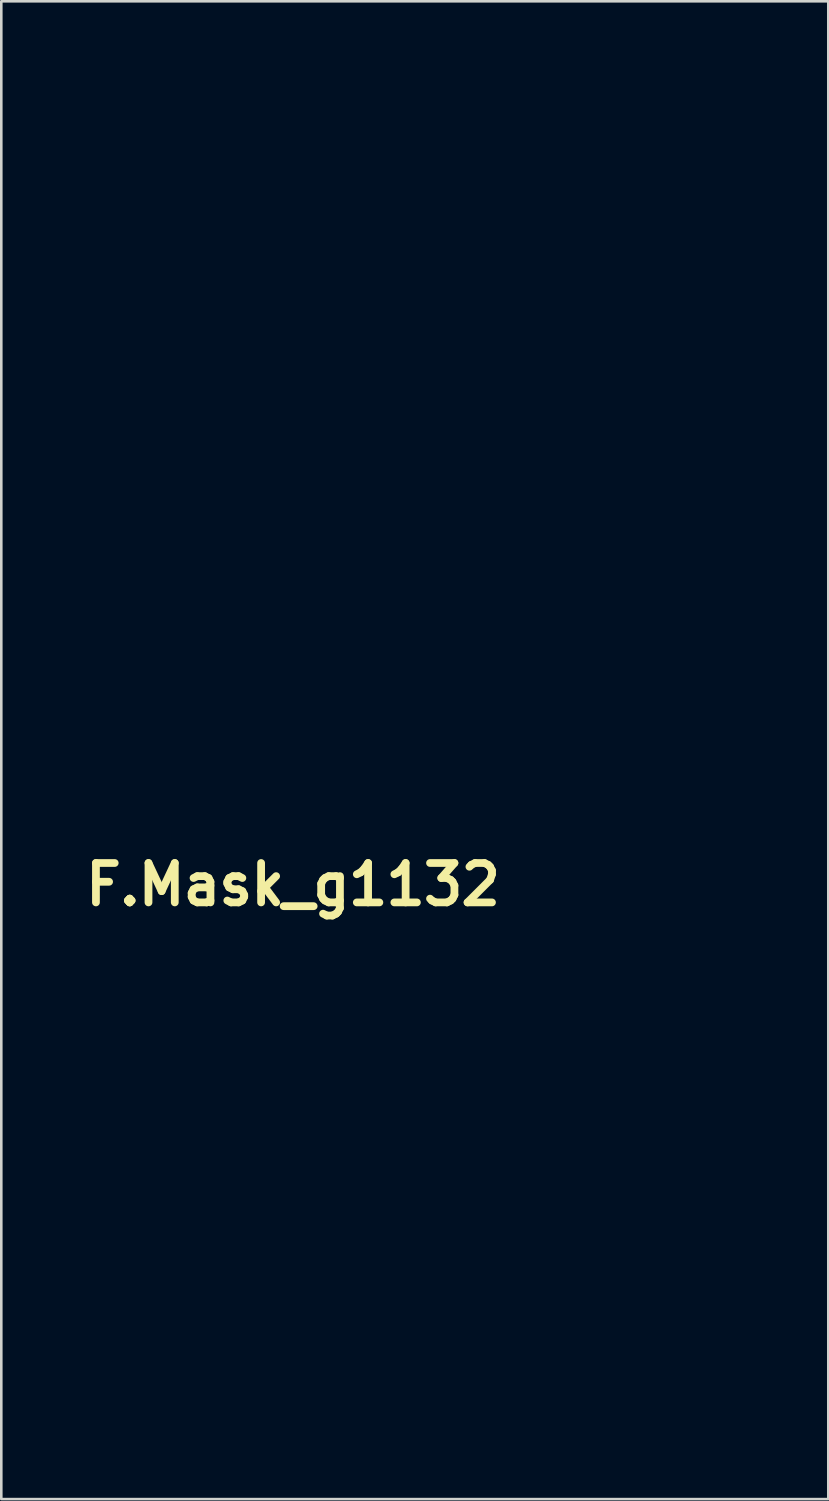
<source format=kicad_pcb>
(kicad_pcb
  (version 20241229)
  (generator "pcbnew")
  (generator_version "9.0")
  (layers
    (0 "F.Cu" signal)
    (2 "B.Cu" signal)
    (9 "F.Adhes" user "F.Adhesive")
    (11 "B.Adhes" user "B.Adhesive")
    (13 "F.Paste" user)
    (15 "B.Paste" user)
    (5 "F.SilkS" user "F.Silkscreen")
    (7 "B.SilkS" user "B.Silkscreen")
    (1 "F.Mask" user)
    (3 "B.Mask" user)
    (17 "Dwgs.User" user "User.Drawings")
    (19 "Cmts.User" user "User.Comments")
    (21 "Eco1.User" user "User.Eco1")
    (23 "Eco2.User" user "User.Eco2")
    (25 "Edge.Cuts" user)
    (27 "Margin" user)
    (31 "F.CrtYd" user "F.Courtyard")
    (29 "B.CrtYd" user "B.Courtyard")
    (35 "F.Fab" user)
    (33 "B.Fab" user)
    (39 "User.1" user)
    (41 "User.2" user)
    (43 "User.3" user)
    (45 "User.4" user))
  (footprint "F.Mask_g1132"
    (layer "F.Cu")
    (at 8.28 31.154)
    (property "Reference" "F.Mask_g1132" (at 0 0 0) (layer "F.SilkS") (effects (font (size 1.524 1.524) (thickness 0.3))))
    (attr through_hole)
    (fp_poly (pts (xy 11.815 -4.404) (xy 12.03 -4.365) (xy 12.241 -4.287) (xy 12.372 -4.217) (xy 12.451 -4.161) (xy 12.55 -4.078) (xy 12.66 -3.976) (xy 12.776 -3.862) (xy 12.889 -3.743) (xy 12.994 -3.625) (xy 13.082 -3.515) (xy 13.083 -3.514) (xy 13.278 -3.23) (xy 13.465 -2.912) (xy 13.641 -2.567) (xy 13.801 -2.2) (xy 13.944 -1.82) (xy 14.067 -1.434) (xy 14.165 -1.049) (xy 14.19 -0.931) (xy 14.249 -0.611) (xy 14.297 -0.286) (xy 14.334 0.037) (xy 14.359 0.35) (xy 14.371 0.647) (xy 14.37 0.919) (xy 14.356 1.161) (xy 14.353 1.196) (xy 14.322 1.42) (xy 14.28 1.647) (xy 14.227 1.87) (xy 14.167 2.08) (xy 14.102 2.269) (xy 14.033 2.428) (xy 13.995 2.5) (xy 13.923 2.607) (xy 13.829 2.718) (xy 13.724 2.826) (xy 13.617 2.92) (xy 13.517 2.99) (xy 13.478 3.011) (xy 13.294 3.078) (xy 13.099 3.108) (xy 12.904 3.099) (xy 12.89 3.097) (xy 12.739 3.058) (xy 12.574 2.99) (xy 12.406 2.9) (xy 12.247 2.793) (xy 12.234 2.784) (xy 12.141 2.704) (xy 12.03 2.599) (xy 11.911 2.477) (xy 11.792 2.346) (xy 11.68 2.215) (xy 11.584 2.094) (xy 11.553 2.051) (xy 11.364 1.763) (xy 11.185 1.44) (xy 11.018 1.091) (xy 10.867 0.724) (xy 10.736 0.348) (xy 10.629 -0.03) (xy 10.628 -0.032) (xy 10.555 -0.344) (xy 10.498 -0.634) (xy 10.456 -0.918) (xy 10.426 -1.207) (xy 10.407 -1.515) (xy 10.399 -1.736) (xy 10.396 -2.087) (xy 10.407 -2.403) (xy 10.432 -2.689) (xy 10.472 -2.951) (xy 10.529 -3.195) (xy 10.603 -3.425) (xy 10.695 -3.647) (xy 10.754 -3.768) (xy 10.851 -3.942) (xy 10.947 -4.079) (xy 11.045 -4.185) (xy 11.15 -4.263) (xy 11.197 -4.289) (xy 11.394 -4.367) (xy 11.602 -4.405) (xy 11.815 -4.404)) (stroke (width 0.01) (type solid)) (fill yes) (layer "F.Mask"))
    (fp_poly (pts (xy 11.612 14.189) (xy 11.79 14.197) (xy 11.853 14.201) (xy 12.299 14.246) (xy 12.739 14.31) (xy 13.171 14.394) (xy 13.59 14.495) (xy 13.993 14.613) (xy 14.375 14.745) (xy 14.733 14.891) (xy 15.062 15.05) (xy 15.358 15.22) (xy 15.618 15.399) (xy 15.679 15.447) (xy 15.734 15.486) (xy 15.78 15.507) (xy 15.799 15.508) (xy 15.827 15.518) (xy 15.877 15.556) (xy 15.943 15.617) (xy 16.02 15.697) (xy 16.103 15.789) (xy 16.188 15.89) (xy 16.27 15.993) (xy 16.288 16.018) (xy 16.383 16.158) (xy 16.476 16.314) (xy 16.559 16.476) (xy 16.627 16.63) (xy 16.673 16.764) (xy 16.673 16.764) (xy 16.691 16.858) (xy 16.703 16.983) (xy 16.711 17.131) (xy 16.714 17.292) (xy 16.711 17.455) (xy 16.703 17.612) (xy 16.691 17.751) (xy 16.673 17.863) (xy 16.672 17.865) (xy 16.608 18.08) (xy 16.506 18.295) (xy 16.366 18.512) (xy 16.187 18.732) (xy 15.969 18.955) (xy 15.709 19.185) (xy 15.706 19.188) (xy 15.57 19.296) (xy 15.437 19.394) (xy 15.298 19.486) (xy 15.145 19.578) (xy 14.968 19.676) (xy 14.817 19.755) (xy 14.304 19.998) (xy 13.767 20.208) (xy 13.209 20.386) (xy 12.633 20.53) (xy 12.045 20.64) (xy 11.448 20.715) (xy 10.845 20.754) (xy 10.242 20.756) (xy 10.097 20.75) (xy 9.771 20.731) (xy 9.437 20.7) (xy 9.099 20.66) (xy 8.764 20.611) (xy 8.44 20.555) (xy 8.132 20.492) (xy 7.848 20.424) (xy 7.592 20.351) (xy 7.38 20.279) (xy 7.071 20.157) (xy 6.798 20.039) (xy 6.555 19.923) (xy 6.337 19.805) (xy 6.138 19.681) (xy 5.952 19.548) (xy 5.775 19.403) (xy 5.599 19.243) (xy 5.55 19.194) (xy 5.357 18.988) (xy 5.201 18.784) (xy 5.076 18.574) (xy 4.979 18.351) (xy 4.939 18.231) (xy 4.917 18.156) (xy 4.902 18.09) (xy 4.891 18.023) (xy 4.885 17.945) (xy 4.882 17.847) (xy 4.88 17.717) (xy 4.88 17.695) (xy 4.879 17.346) (xy 4.957 17.121) (xy 5.067 16.84) (xy 5.194 16.591) (xy 5.343 16.363) (xy 5.522 16.146) (xy 5.675 15.99) (xy 5.958 15.741) (xy 6.278 15.503) (xy 6.63 15.281) (xy 7.009 15.076) (xy 7.411 14.891) (xy 7.83 14.73) (xy 7.858 14.72) (xy 8.156 14.625) (xy 8.487 14.534) (xy 8.84 14.45) (xy 9.205 14.374) (xy 9.573 14.309) (xy 9.933 14.256) (xy 10.118 14.234) (xy 10.289 14.219) (xy 10.491 14.206) (xy 10.713 14.196) (xy 10.946 14.189) (xy 11.18 14.186) (xy 11.405 14.186) (xy 11.612 14.189)) (stroke (width 0.01) (type solid)) (fill yes) (layer "F.Mask"))
    (fp_poly (pts (xy 11.462 -31.147) (xy 11.768 -31.112) (xy 12.044 -31.057) (xy 12.299 -30.98) (xy 12.541 -30.876) (xy 12.779 -30.745) (xy 12.88 -30.68) (xy 13.138 -30.502) (xy 13.367 -30.33) (xy 13.575 -30.158) (xy 13.771 -29.977) (xy 13.964 -29.779) (xy 14.163 -29.555) (xy 14.273 -29.425) (xy 14.707 -28.872) (xy 15.111 -28.29) (xy 15.487 -27.678) (xy 15.833 -27.037) (xy 16.152 -26.366) (xy 16.442 -25.663) (xy 16.704 -24.93) (xy 16.92 -24.23) (xy 17.126 -23.466) (xy 17.299 -22.723) (xy 17.44 -21.995) (xy 17.549 -21.278) (xy 17.629 -20.566) (xy 17.676 -19.908) (xy 17.684 -19.719) (xy 17.689 -19.504) (xy 17.692 -19.272) (xy 17.692 -19.03) (xy 17.689 -18.785) (xy 17.685 -18.545) (xy 17.678 -18.317) (xy 17.669 -18.108) (xy 17.658 -17.925) (xy 17.646 -17.777) (xy 17.644 -17.759) (xy 17.586 -17.317) (xy 17.512 -16.884) (xy 17.423 -16.468) (xy 17.322 -16.079) (xy 17.219 -15.75) (xy 17.174 -15.626) (xy 17.117 -15.479) (xy 17.053 -15.32) (xy 16.983 -15.155) (xy 16.914 -14.995) (xy 16.847 -14.848) (xy 16.788 -14.723) (xy 16.739 -14.629) (xy 16.738 -14.626) (xy 16.667 -14.51) (xy 16.573 -14.376) (xy 16.464 -14.235) (xy 16.35 -14.097) (xy 16.237 -13.973) (xy 16.203 -13.937) (xy 15.964 -13.725) (xy 15.709 -13.55) (xy 15.441 -13.413) (xy 15.162 -13.314) (xy 14.875 -13.254) (xy 14.582 -13.235) (xy 14.33 -13.252) (xy 14.05 -13.305) (xy 13.757 -13.395) (xy 13.458 -13.519) (xy 13.155 -13.675) (xy 12.856 -13.86) (xy 12.563 -14.072) (xy 12.531 -14.098) (xy 12.435 -14.179) (xy 12.318 -14.286) (xy 12.187 -14.412) (xy 12.049 -14.55) (xy 11.91 -14.694) (xy 11.776 -14.837) (xy 11.654 -14.971) (xy 11.55 -15.092) (xy 11.533 -15.113) (xy 11.192 -15.553) (xy 10.871 -16.014) (xy 10.568 -16.498) (xy 10.28 -17.008) (xy 10.008 -17.547) (xy 9.749 -18.118) (xy 9.502 -18.723) (xy 9.266 -19.366) (xy 9.153 -19.696) (xy 9.038 -20.047) (xy 8.938 -20.37) (xy 8.849 -20.673) (xy 8.771 -20.966) (xy 8.699 -21.259) (xy 8.632 -21.561) (xy 8.568 -21.882) (xy 8.503 -22.231) (xy 8.498 -22.259) (xy 8.374 -23.052) (xy 8.285 -23.829) (xy 8.231 -24.589) (xy 8.213 -25.331) (xy 8.231 -26.053) (xy 8.285 -26.754) (xy 8.361 -27.355) (xy 8.434 -27.762) (xy 8.527 -28.159) (xy 8.637 -28.544) (xy 8.764 -28.912) (xy 8.905 -29.259) (xy 9.059 -29.58) (xy 9.224 -29.872) (xy 9.399 -30.131) (xy 9.582 -30.352) (xy 9.588 -30.359) (xy 9.712 -30.477) (xy 9.865 -30.6) (xy 10.036 -30.72) (xy 10.216 -30.833) (xy 10.398 -30.932) (xy 10.571 -31.014) (xy 10.727 -31.071) (xy 10.763 -31.081) (xy 10.914 -31.112) (xy 11.083 -31.135) (xy 11.254 -31.148) (xy 11.409 -31.149) (xy 11.462 -31.147)) (stroke (width 0.01) (type solid)) (fill yes) (layer "F.Mask"))
    (fp_poly (pts (xy -2.32 -28.861) (xy -1.91 -28.82) (xy -1.497 -28.741) (xy -1.083 -28.624) (xy -0.671 -28.469) (xy -0.372 -28.331) (xy 0.078 -28.086) (xy 0.52 -27.798) (xy 0.954 -27.469) (xy 1.38 -27.099) (xy 1.798 -26.687) (xy 2.209 -26.234) (xy 2.611 -25.739) (xy 2.939 -25.298) (xy 3.296 -24.765) (xy 3.634 -24.197) (xy 3.95 -23.597) (xy 4.243 -22.97) (xy 4.512 -22.319) (xy 4.756 -21.647) (xy 4.973 -20.956) (xy 5.161 -20.252) (xy 5.321 -19.537) (xy 5.429 -18.944) (xy 5.468 -18.699) (xy 5.501 -18.47) (xy 5.529 -18.252) (xy 5.553 -18.035) (xy 5.574 -17.811) (xy 5.592 -17.573) (xy 5.609 -17.313) (xy 5.624 -17.022) (xy 5.632 -16.859) (xy 5.643 -16.348) (xy 5.632 -15.826) (xy 5.599 -15.299) (xy 5.545 -14.771) (xy 5.471 -14.251) (xy 5.378 -13.743) (xy 5.268 -13.254) (xy 5.14 -12.79) (xy 4.996 -12.356) (xy 4.921 -12.16) (xy 4.88 -12.062) (xy 4.827 -11.934) (xy 4.764 -11.786) (xy 4.695 -11.628) (xy 4.625 -11.468) (xy 4.582 -11.372) (xy 4.512 -11.215) (xy 4.455 -11.09) (xy 4.406 -10.989) (xy 4.363 -10.904) (xy 4.32 -10.83) (xy 4.273 -10.758) (xy 4.219 -10.68) (xy 4.153 -10.591) (xy 4.113 -10.537) (xy 3.973 -10.353) (xy 3.849 -10.195) (xy 3.735 -10.057) (xy 3.624 -9.931) (xy 3.508 -9.808) (xy 3.382 -9.681) (xy 3.33 -9.63) (xy 3.124 -9.437) (xy 2.928 -9.273) (xy 2.731 -9.129) (xy 2.547 -9.009) (xy 2.199 -8.815) (xy 1.856 -8.66) (xy 1.513 -8.544) (xy 1.167 -8.463) (xy 1.005 -8.437) (xy 0.866 -8.422) (xy 0.708 -8.409) (xy 0.544 -8.399) (xy 0.384 -8.393) (xy 0.243 -8.392) (xy 0.13 -8.395) (xy 0.127 -8.396) (xy -0.066 -8.415) (xy -0.279 -8.445) (xy -0.495 -8.482) (xy -0.692 -8.525) (xy -0.71 -8.529) (xy -1.126 -8.652) (xy -1.545 -8.816) (xy -1.967 -9.022) (xy -2.39 -9.269) (xy -2.814 -9.556) (xy -3.239 -9.885) (xy -3.313 -9.945) (xy -3.419 -10.038) (xy -3.547 -10.157) (xy -3.689 -10.293) (xy -3.839 -10.441) (xy -3.99 -10.594) (xy -4.135 -10.744) (xy -4.268 -10.886) (xy -4.381 -11.013) (xy -4.449 -11.091) (xy -4.78 -11.512) (xy -5.107 -11.964) (xy -5.422 -12.439) (xy -5.72 -12.927) (xy -5.993 -13.417) (xy -6.066 -13.557) (xy -6.35 -14.143) (xy -6.614 -14.759) (xy -6.857 -15.397) (xy -7.075 -16.05) (xy -7.266 -16.709) (xy -7.428 -17.365) (xy -7.557 -18.011) (xy -7.598 -18.262) (xy -7.656 -18.651) (xy -7.702 -19.009) (xy -7.738 -19.347) (xy -7.765 -19.675) (xy -7.784 -20.003) (xy -7.795 -20.342) (xy -7.799 -20.702) (xy -7.799 -20.786) (xy -7.794 -21.224) (xy -7.781 -21.628) (xy -7.759 -22.005) (xy -7.726 -22.364) (xy -7.682 -22.711) (xy -7.627 -23.054) (xy -7.559 -23.401) (xy -7.477 -23.76) (xy -7.44 -23.905) (xy -7.276 -24.487) (xy -7.086 -25.04) (xy -6.871 -25.563) (xy -6.63 -26.054) (xy -6.365 -26.514) (xy -6.076 -26.94) (xy -5.837 -27.246) (xy -5.755 -27.337) (xy -5.647 -27.448) (xy -5.521 -27.571) (xy -5.384 -27.699) (xy -5.243 -27.826) (xy -5.106 -27.944) (xy -4.981 -28.047) (xy -4.925 -28.09) (xy -4.596 -28.313) (xy -4.25 -28.498) (xy -3.887 -28.646) (xy -3.511 -28.756) (xy -3.123 -28.828) (xy -2.725 -28.863) (xy -2.32 -28.861)) (stroke (width 0.01) (type solid)) (fill yes) (layer "F.Mask")))
  (gr_rect
    (start -3 -3)
    (end 28.977 54.915)
    (stroke (width 0.1) (type default))
    (fill no)
    (layer "Edge.Cuts")))
</source>
